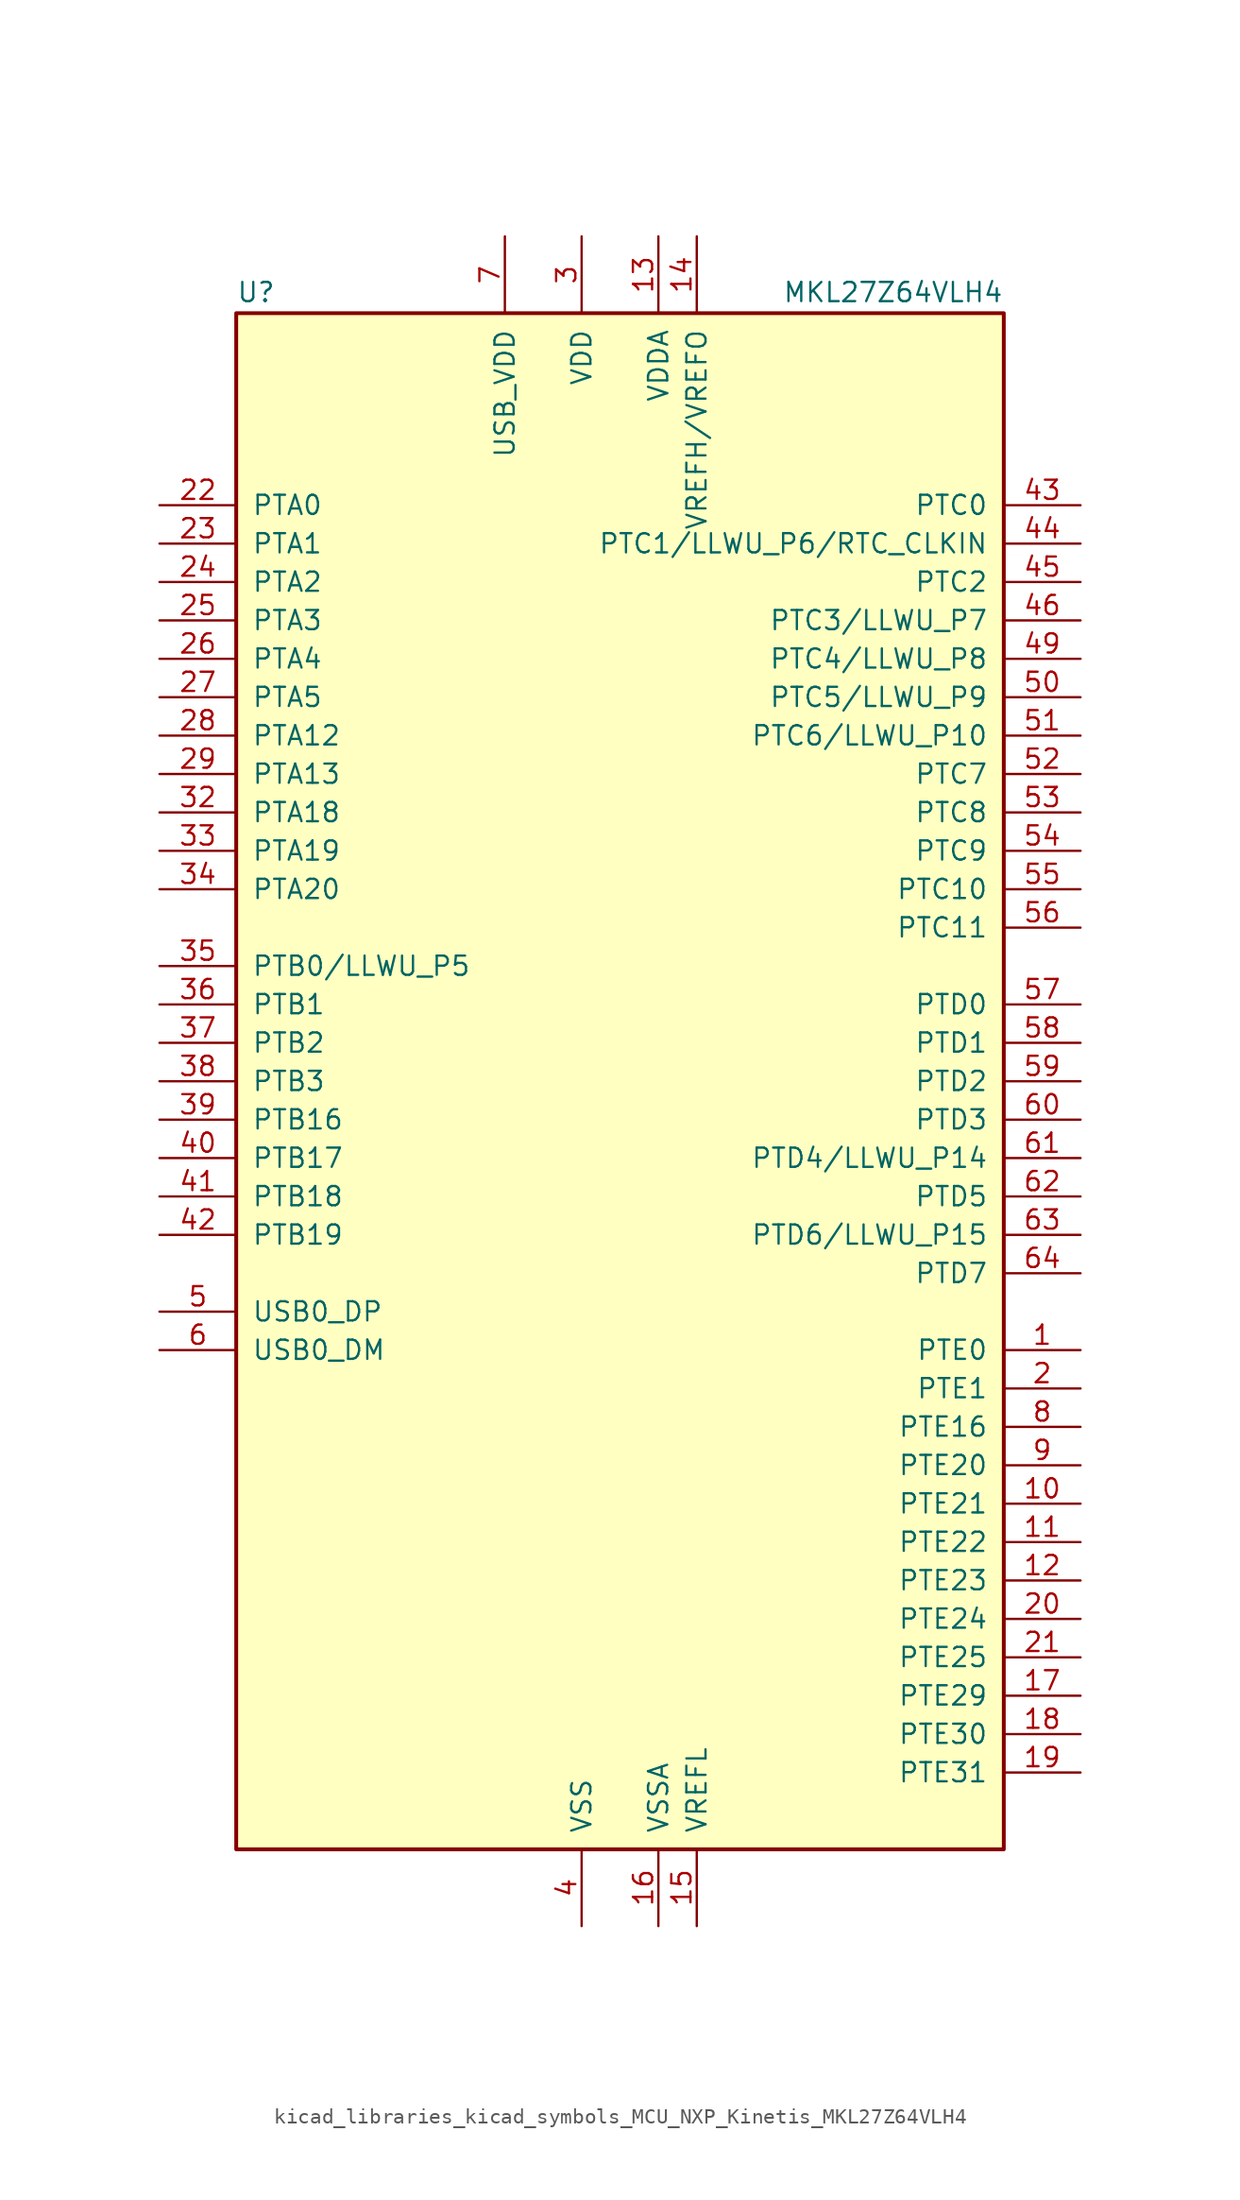
<source format=kicad_sym>
(kicad_symbol_lib
  (version 20220914)
  (generator kicad_symbol_editor)
  (symbol "kicad_libraries_kicad_symbols_MCU_NXP_Kinetis_MKL27Z64VLH4"
    (pin_names
      (offset 1.016))
    (property "Reference" "U"
      (at -25.4 51.435 0)
      (effects (font (size 1.27 1.27)) (justify left bottom)))
    (property "Value" "MKL27Z64VLH4"
      (at 25.4 51.435 0)
      (effects (font (size 1.27 1.27)) (justify right bottom)))
    (symbol "kicad_libraries_kicad_symbols_MCU_NXP_Kinetis_MKL27Z64VLH4_0_1"
      (rectangle (start -25.4 50.8) (end 25.4 -50.8) (stroke (width 0.254) (type default)) (fill (type background))))
    (symbol "kicad_libraries_kicad_symbols_MCU_NXP_Kinetis_MKL27Z64VLH4_1_1"
      (pin bidirectional line (at 30.48 -17.78 180) (length 5.08) (name "PTE0" (effects (font (size 1.27 1.27)))) (number "1" (effects (font (size 1.27 1.27)))))
      (pin bidirectional line (at 30.48 -27.94 180) (length 5.08) (name "PTE21" (effects (font (size 1.27 1.27)))) (number "10" (effects (font (size 1.27 1.27)))))
      (pin bidirectional line (at 30.48 -30.48 180) (length 5.08) (name "PTE22" (effects (font (size 1.27 1.27)))) (number "11" (effects (font (size 1.27 1.27)))))
      (pin bidirectional line (at 30.48 -33.02 180) (length 5.08) (name "PTE23" (effects (font (size 1.27 1.27)))) (number "12" (effects (font (size 1.27 1.27)))))
      (pin power_in line (at 2.54 55.88 270) (length 5.08) (name "VDDA" (effects (font (size 1.27 1.27)))) (number "13" (effects (font (size 1.27 1.27)))))
      (pin power_in line (at 5.08 55.88 270) (length 5.08) (name "VREFH/VREFO" (effects (font (size 1.27 1.27)))) (number "14" (effects (font (size 1.27 1.27)))))
      (pin power_in line (at 5.08 -55.88 90) (length 5.08) (name "VREFL" (effects (font (size 1.27 1.27)))) (number "15" (effects (font (size 1.27 1.27)))))
      (pin power_in line (at 2.54 -55.88 90) (length 5.08) (name "VSSA" (effects (font (size 1.27 1.27)))) (number "16" (effects (font (size 1.27 1.27)))))
      (pin bidirectional line (at 30.48 -40.64 180) (length 5.08) (name "PTE29" (effects (font (size 1.27 1.27)))) (number "17" (effects (font (size 1.27 1.27)))))
      (pin bidirectional line (at 30.48 -43.18 180) (length 5.08) (name "PTE30" (effects (font (size 1.27 1.27)))) (number "18" (effects (font (size 1.27 1.27)))))
      (pin bidirectional line (at 30.48 -45.72 180) (length 5.08) (name "PTE31" (effects (font (size 1.27 1.27)))) (number "19" (effects (font (size 1.27 1.27)))))
      (pin bidirectional line (at 30.48 -20.32 180) (length 5.08) (name "PTE1" (effects (font (size 1.27 1.27)))) (number "2" (effects (font (size 1.27 1.27)))))
      (pin bidirectional line (at 30.48 -35.56 180) (length 5.08) (name "PTE24" (effects (font (size 1.27 1.27)))) (number "20" (effects (font (size 1.27 1.27)))))
      (pin bidirectional line (at 30.48 -38.1 180) (length 5.08) (name "PTE25" (effects (font (size 1.27 1.27)))) (number "21" (effects (font (size 1.27 1.27)))))
      (pin bidirectional line (at -30.48 38.1 0) (length 5.08) (name "PTA0" (effects (font (size 1.27 1.27)))) (number "22" (effects (font (size 1.27 1.27)))))
      (pin bidirectional line (at -30.48 35.56 0) (length 5.08) (name "PTA1" (effects (font (size 1.27 1.27)))) (number "23" (effects (font (size 1.27 1.27)))))
      (pin bidirectional line (at -30.48 33.02 0) (length 5.08) (name "PTA2" (effects (font (size 1.27 1.27)))) (number "24" (effects (font (size 1.27 1.27)))))
      (pin bidirectional line (at -30.48 30.48 0) (length 5.08) (name "PTA3" (effects (font (size 1.27 1.27)))) (number "25" (effects (font (size 1.27 1.27)))))
      (pin bidirectional line (at -30.48 27.94 0) (length 5.08) (name "PTA4" (effects (font (size 1.27 1.27)))) (number "26" (effects (font (size 1.27 1.27)))))
      (pin bidirectional line (at -30.48 25.4 0) (length 5.08) (name "PTA5" (effects (font (size 1.27 1.27)))) (number "27" (effects (font (size 1.27 1.27)))))
      (pin bidirectional line (at -30.48 22.86 0) (length 5.08) (name "PTA12" (effects (font (size 1.27 1.27)))) (number "28" (effects (font (size 1.27 1.27)))))
      (pin bidirectional line (at -30.48 20.32 0) (length 5.08) (name "PTA13" (effects (font (size 1.27 1.27)))) (number "29" (effects (font (size 1.27 1.27)))))
      (pin power_in line (at -2.54 55.88 270) (length 5.08) (name "VDD" (effects (font (size 1.27 1.27)))) (number "3" (effects (font (size 1.27 1.27)))))
      (pin passive line (at -2.54 55.88 270) (length 5.08) hide (name "VDD" (effects (font (size 1.27 1.27)))) (number "30" (effects (font (size 1.27 1.27)))))
      (pin passive line (at -2.54 -55.88 90) (length 5.08) hide (name "VSS" (effects (font (size 1.27 1.27)))) (number "31" (effects (font (size 1.27 1.27)))))
      (pin bidirectional line (at -30.48 17.78 0) (length 5.08) (name "PTA18" (effects (font (size 1.27 1.27)))) (number "32" (effects (font (size 1.27 1.27)))))
      (pin bidirectional line (at -30.48 15.24 0) (length 5.08) (name "PTA19" (effects (font (size 1.27 1.27)))) (number "33" (effects (font (size 1.27 1.27)))))
      (pin bidirectional line (at -30.48 12.7 0) (length 5.08) (name "PTA20" (effects (font (size 1.27 1.27)))) (number "34" (effects (font (size 1.27 1.27)))))
      (pin bidirectional line (at -30.48 7.62 0) (length 5.08) (name "PTB0/LLWU_P5" (effects (font (size 1.27 1.27)))) (number "35" (effects (font (size 1.27 1.27)))))
      (pin bidirectional line (at -30.48 5.08 0) (length 5.08) (name "PTB1" (effects (font (size 1.27 1.27)))) (number "36" (effects (font (size 1.27 1.27)))))
      (pin bidirectional line (at -30.48 2.54 0) (length 5.08) (name "PTB2" (effects (font (size 1.27 1.27)))) (number "37" (effects (font (size 1.27 1.27)))))
      (pin bidirectional line (at -30.48 0 0) (length 5.08) (name "PTB3" (effects (font (size 1.27 1.27)))) (number "38" (effects (font (size 1.27 1.27)))))
      (pin bidirectional line (at -30.48 -2.54 0) (length 5.08) (name "PTB16" (effects (font (size 1.27 1.27)))) (number "39" (effects (font (size 1.27 1.27)))))
      (pin power_in line (at -2.54 -55.88 90) (length 5.08) (name "VSS" (effects (font (size 1.27 1.27)))) (number "4" (effects (font (size 1.27 1.27)))))
      (pin bidirectional line (at -30.48 -5.08 0) (length 5.08) (name "PTB17" (effects (font (size 1.27 1.27)))) (number "40" (effects (font (size 1.27 1.27)))))
      (pin bidirectional line (at -30.48 -7.62 0) (length 5.08) (name "PTB18" (effects (font (size 1.27 1.27)))) (number "41" (effects (font (size 1.27 1.27)))))
      (pin bidirectional line (at -30.48 -10.16 0) (length 5.08) (name "PTB19" (effects (font (size 1.27 1.27)))) (number "42" (effects (font (size 1.27 1.27)))))
      (pin bidirectional line (at 30.48 38.1 180) (length 5.08) (name "PTC0" (effects (font (size 1.27 1.27)))) (number "43" (effects (font (size 1.27 1.27)))))
      (pin bidirectional line (at 30.48 35.56 180) (length 5.08) (name "PTC1/LLWU_P6/RTC_CLKIN" (effects (font (size 1.27 1.27)))) (number "44" (effects (font (size 1.27 1.27)))))
      (pin bidirectional line (at 30.48 33.02 180) (length 5.08) (name "PTC2" (effects (font (size 1.27 1.27)))) (number "45" (effects (font (size 1.27 1.27)))))
      (pin bidirectional line (at 30.48 30.48 180) (length 5.08) (name "PTC3/LLWU_P7" (effects (font (size 1.27 1.27)))) (number "46" (effects (font (size 1.27 1.27)))))
      (pin passive line (at -2.54 -55.88 90) (length 5.08) hide (name "VSS" (effects (font (size 1.27 1.27)))) (number "47" (effects (font (size 1.27 1.27)))))
      (pin passive line (at -2.54 55.88 270) (length 5.08) hide (name "VDD" (effects (font (size 1.27 1.27)))) (number "48" (effects (font (size 1.27 1.27)))))
      (pin bidirectional line (at 30.48 27.94 180) (length 5.08) (name "PTC4/LLWU_P8" (effects (font (size 1.27 1.27)))) (number "49" (effects (font (size 1.27 1.27)))))
      (pin bidirectional line (at -30.48 -15.24 0) (length 5.08) (name "USB0_DP" (effects (font (size 1.27 1.27)))) (number "5" (effects (font (size 1.27 1.27)))))
      (pin bidirectional line (at 30.48 25.4 180) (length 5.08) (name "PTC5/LLWU_P9" (effects (font (size 1.27 1.27)))) (number "50" (effects (font (size 1.27 1.27)))))
      (pin bidirectional line (at 30.48 22.86 180) (length 5.08) (name "PTC6/LLWU_P10" (effects (font (size 1.27 1.27)))) (number "51" (effects (font (size 1.27 1.27)))))
      (pin bidirectional line (at 30.48 20.32 180) (length 5.08) (name "PTC7" (effects (font (size 1.27 1.27)))) (number "52" (effects (font (size 1.27 1.27)))))
      (pin bidirectional line (at 30.48 17.78 180) (length 5.08) (name "PTC8" (effects (font (size 1.27 1.27)))) (number "53" (effects (font (size 1.27 1.27)))))
      (pin bidirectional line (at 30.48 15.24 180) (length 5.08) (name "PTC9" (effects (font (size 1.27 1.27)))) (number "54" (effects (font (size 1.27 1.27)))))
      (pin bidirectional line (at 30.48 12.7 180) (length 5.08) (name "PTC10" (effects (font (size 1.27 1.27)))) (number "55" (effects (font (size 1.27 1.27)))))
      (pin bidirectional line (at 30.48 10.16 180) (length 5.08) (name "PTC11" (effects (font (size 1.27 1.27)))) (number "56" (effects (font (size 1.27 1.27)))))
      (pin bidirectional line (at 30.48 5.08 180) (length 5.08) (name "PTD0" (effects (font (size 1.27 1.27)))) (number "57" (effects (font (size 1.27 1.27)))))
      (pin bidirectional line (at 30.48 2.54 180) (length 5.08) (name "PTD1" (effects (font (size 1.27 1.27)))) (number "58" (effects (font (size 1.27 1.27)))))
      (pin bidirectional line (at 30.48 0 180) (length 5.08) (name "PTD2" (effects (font (size 1.27 1.27)))) (number "59" (effects (font (size 1.27 1.27)))))
      (pin bidirectional line (at -30.48 -17.78 0) (length 5.08) (name "USB0_DM" (effects (font (size 1.27 1.27)))) (number "6" (effects (font (size 1.27 1.27)))))
      (pin bidirectional line (at 30.48 -2.54 180) (length 5.08) (name "PTD3" (effects (font (size 1.27 1.27)))) (number "60" (effects (font (size 1.27 1.27)))))
      (pin bidirectional line (at 30.48 -5.08 180) (length 5.08) (name "PTD4/LLWU_P14" (effects (font (size 1.27 1.27)))) (number "61" (effects (font (size 1.27 1.27)))))
      (pin bidirectional line (at 30.48 -7.62 180) (length 5.08) (name "PTD5" (effects (font (size 1.27 1.27)))) (number "62" (effects (font (size 1.27 1.27)))))
      (pin bidirectional line (at 30.48 -10.16 180) (length 5.08) (name "PTD6/LLWU_P15" (effects (font (size 1.27 1.27)))) (number "63" (effects (font (size 1.27 1.27)))))
      (pin bidirectional line (at 30.48 -12.7 180) (length 5.08) (name "PTD7" (effects (font (size 1.27 1.27)))) (number "64" (effects (font (size 1.27 1.27)))))
      (pin power_in line (at -7.62 55.88 270) (length 5.08) (name "USB_VDD" (effects (font (size 1.27 1.27)))) (number "7" (effects (font (size 1.27 1.27)))))
      (pin bidirectional line (at 30.48 -22.86 180) (length 5.08) (name "PTE16" (effects (font (size 1.27 1.27)))) (number "8" (effects (font (size 1.27 1.27)))))
      (pin bidirectional line (at 30.48 -25.4 180) (length 5.08) (name "PTE20" (effects (font (size 1.27 1.27)))) (number "9" (effects (font (size 1.27 1.27))))))))
</source>
